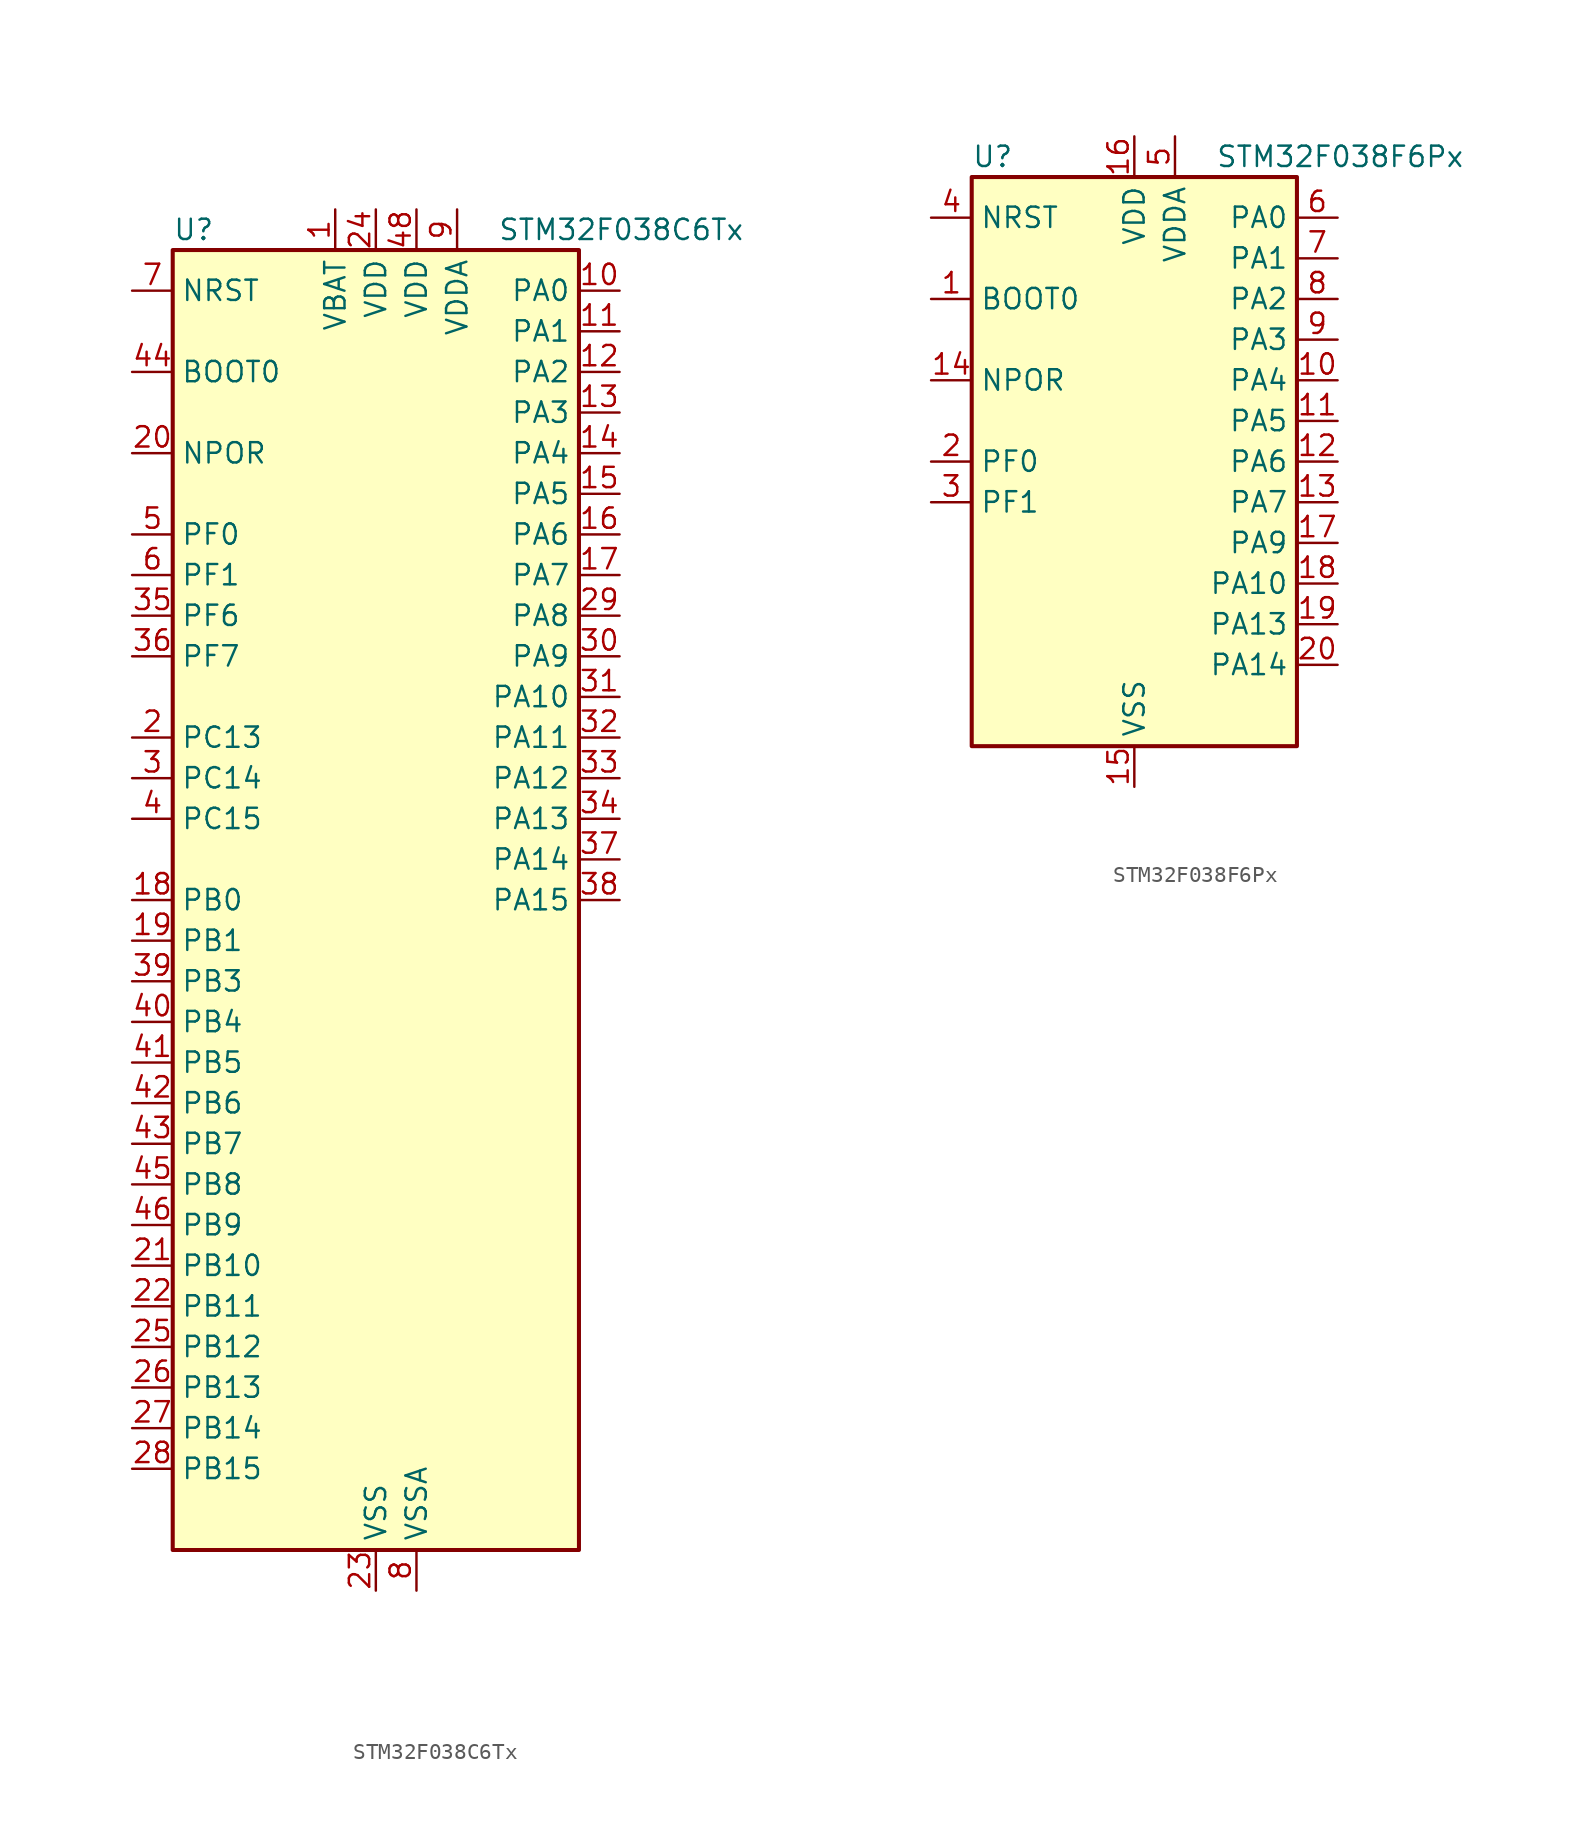
<source format=kicad_sym>
(kicad_symbol_lib
  (version 20220914)
  (generator kicad_symbol_editor)
  (symbol "STM32F038C6Tx"
    (property "Reference" "U"
      (at -12.7 41.91 0)
      (effects (font (size 1.27 1.27)) (justify left)))
    (property "Value" "STM32F038C6Tx"
      (at 7.62 41.91 0)
      (effects (font (size 1.27 1.27)) (justify left)))
    (property "ki_locked" ""
      (at 0 0 0)
      (effects (font (size 1.27 1.27))))
    (symbol "STM32F038C6Tx_0_1"
      (rectangle (start -12.7 -40.64) (end 12.7 40.64) (stroke (width 0.254) (type default)) (fill (type background))))
    (symbol "STM32F038C6Tx_1_1"
      (pin power_in line (at -2.54 43.18 270) (length 2.54) (name "VBAT" (effects (font (size 1.27 1.27)))) (number "1" (effects (font (size 1.27 1.27)))))
      (pin bidirectional line (at 15.24 38.1 180) (length 2.54) (name "PA0" (effects (font (size 1.27 1.27)))) (number "10" (effects (font (size 1.27 1.27)))) (alternate "ADC_IN0" bidirectional line) (alternate "RTC_TAMP2" bidirectional line) (alternate "SYS_WKUP1" bidirectional line) (alternate "TIM2_CH1" bidirectional line) (alternate "TIM2_ETR" bidirectional line) (alternate "USART1_CTS" bidirectional line))
      (pin bidirectional line (at 15.24 35.56 180) (length 2.54) (name "PA1" (effects (font (size 1.27 1.27)))) (number "11" (effects (font (size 1.27 1.27)))) (alternate "ADC_IN1" bidirectional line) (alternate "TIM2_CH2" bidirectional line) (alternate "USART1_DE" bidirectional line) (alternate "USART1_RTS" bidirectional line))
      (pin bidirectional line (at 15.24 33.02 180) (length 2.54) (name "PA2" (effects (font (size 1.27 1.27)))) (number "12" (effects (font (size 1.27 1.27)))) (alternate "ADC_IN2" bidirectional line) (alternate "TIM2_CH3" bidirectional line) (alternate "USART1_TX" bidirectional line))
      (pin bidirectional line (at 15.24 30.48 180) (length 2.54) (name "PA3" (effects (font (size 1.27 1.27)))) (number "13" (effects (font (size 1.27 1.27)))) (alternate "ADC_IN3" bidirectional line) (alternate "TIM2_CH4" bidirectional line) (alternate "USART1_RX" bidirectional line))
      (pin bidirectional line (at 15.24 27.94 180) (length 2.54) (name "PA4" (effects (font (size 1.27 1.27)))) (number "14" (effects (font (size 1.27 1.27)))) (alternate "ADC_IN4" bidirectional line) (alternate "I2S1_WS" bidirectional line) (alternate "SPI1_NSS" bidirectional line) (alternate "TIM14_CH1" bidirectional line) (alternate "USART1_CK" bidirectional line))
      (pin bidirectional line (at 15.24 25.4 180) (length 2.54) (name "PA5" (effects (font (size 1.27 1.27)))) (number "15" (effects (font (size 1.27 1.27)))) (alternate "ADC_IN5" bidirectional line) (alternate "I2S1_CK" bidirectional line) (alternate "SPI1_SCK" bidirectional line) (alternate "TIM2_CH1" bidirectional line) (alternate "TIM2_ETR" bidirectional line))
      (pin bidirectional line (at 15.24 22.86 180) (length 2.54) (name "PA6" (effects (font (size 1.27 1.27)))) (number "16" (effects (font (size 1.27 1.27)))) (alternate "ADC_IN6" bidirectional line) (alternate "I2S1_MCK" bidirectional line) (alternate "SPI1_MISO" bidirectional line) (alternate "TIM16_CH1" bidirectional line) (alternate "TIM1_BKIN" bidirectional line) (alternate "TIM3_CH1" bidirectional line))
      (pin bidirectional line (at 15.24 20.32 180) (length 2.54) (name "PA7" (effects (font (size 1.27 1.27)))) (number "17" (effects (font (size 1.27 1.27)))) (alternate "ADC_IN7" bidirectional line) (alternate "I2S1_SD" bidirectional line) (alternate "SPI1_MOSI" bidirectional line) (alternate "TIM14_CH1" bidirectional line) (alternate "TIM17_CH1" bidirectional line) (alternate "TIM1_CH1N" bidirectional line) (alternate "TIM3_CH2" bidirectional line))
      (pin bidirectional line (at -15.24 0 0) (length 2.54) (name "PB0" (effects (font (size 1.27 1.27)))) (number "18" (effects (font (size 1.27 1.27)))) (alternate "ADC_IN8" bidirectional line) (alternate "TIM1_CH2N" bidirectional line) (alternate "TIM3_CH3" bidirectional line))
      (pin bidirectional line (at -15.24 -2.54 0) (length 2.54) (name "PB1" (effects (font (size 1.27 1.27)))) (number "19" (effects (font (size 1.27 1.27)))) (alternate "ADC_IN9" bidirectional line) (alternate "TIM14_CH1" bidirectional line) (alternate "TIM1_CH3N" bidirectional line) (alternate "TIM3_CH4" bidirectional line))
      (pin bidirectional line (at -15.24 10.16 0) (length 2.54) (name "PC13" (effects (font (size 1.27 1.27)))) (number "2" (effects (font (size 1.27 1.27)))) (alternate "RTC_OUT_ALARM" bidirectional line) (alternate "RTC_OUT_CALIB" bidirectional line) (alternate "RTC_TAMP1" bidirectional line) (alternate "RTC_TS" bidirectional line) (alternate "SYS_WKUP2" bidirectional line))
      (pin input line (at -15.24 27.94 0) (length 2.54) (name "NPOR" (effects (font (size 1.27 1.27)))) (number "20" (effects (font (size 1.27 1.27)))))
      (pin bidirectional line (at -15.24 -22.86 0) (length 2.54) (name "PB10" (effects (font (size 1.27 1.27)))) (number "21" (effects (font (size 1.27 1.27)))) (alternate "I2C1_SCL" bidirectional line) (alternate "TIM2_CH3" bidirectional line))
      (pin bidirectional line (at -15.24 -25.4 0) (length 2.54) (name "PB11" (effects (font (size 1.27 1.27)))) (number "22" (effects (font (size 1.27 1.27)))) (alternate "I2C1_SDA" bidirectional line) (alternate "TIM2_CH4" bidirectional line))
      (pin power_in line (at 0 -43.18 90) (length 2.54) (name "VSS" (effects (font (size 1.27 1.27)))) (number "23" (effects (font (size 1.27 1.27)))))
      (pin power_in line (at 0 43.18 270) (length 2.54) (name "VDD" (effects (font (size 1.27 1.27)))) (number "24" (effects (font (size 1.27 1.27)))))
      (pin bidirectional line (at -15.24 -27.94 0) (length 2.54) (name "PB12" (effects (font (size 1.27 1.27)))) (number "25" (effects (font (size 1.27 1.27)))) (alternate "SPI1_NSS" bidirectional line) (alternate "TIM1_BKIN" bidirectional line))
      (pin bidirectional line (at -15.24 -30.48 0) (length 2.54) (name "PB13" (effects (font (size 1.27 1.27)))) (number "26" (effects (font (size 1.27 1.27)))) (alternate "SPI1_SCK" bidirectional line) (alternate "TIM1_CH1N" bidirectional line))
      (pin bidirectional line (at -15.24 -33.02 0) (length 2.54) (name "PB14" (effects (font (size 1.27 1.27)))) (number "27" (effects (font (size 1.27 1.27)))) (alternate "SPI1_MISO" bidirectional line) (alternate "TIM1_CH2N" bidirectional line))
      (pin bidirectional line (at -15.24 -35.56 0) (length 2.54) (name "PB15" (effects (font (size 1.27 1.27)))) (number "28" (effects (font (size 1.27 1.27)))) (alternate "RTC_REFIN" bidirectional line) (alternate "SPI1_MOSI" bidirectional line) (alternate "TIM1_CH3N" bidirectional line))
      (pin bidirectional line (at 15.24 17.78 180) (length 2.54) (name "PA8" (effects (font (size 1.27 1.27)))) (number "29" (effects (font (size 1.27 1.27)))) (alternate "RCC_MCO" bidirectional line) (alternate "TIM1_CH1" bidirectional line) (alternate "USART1_CK" bidirectional line))
      (pin bidirectional line (at -15.24 7.62 0) (length 2.54) (name "PC14" (effects (font (size 1.27 1.27)))) (number "3" (effects (font (size 1.27 1.27)))) (alternate "RCC_OSC32_IN" bidirectional line))
      (pin bidirectional line (at 15.24 15.24 180) (length 2.54) (name "PA9" (effects (font (size 1.27 1.27)))) (number "30" (effects (font (size 1.27 1.27)))) (alternate "I2C1_SCL" bidirectional line) (alternate "TIM1_CH2" bidirectional line) (alternate "USART1_TX" bidirectional line))
      (pin bidirectional line (at 15.24 12.7 180) (length 2.54) (name "PA10" (effects (font (size 1.27 1.27)))) (number "31" (effects (font (size 1.27 1.27)))) (alternate "I2C1_SDA" bidirectional line) (alternate "TIM17_BKIN" bidirectional line) (alternate "TIM1_CH3" bidirectional line) (alternate "USART1_RX" bidirectional line))
      (pin bidirectional line (at 15.24 10.16 180) (length 2.54) (name "PA11" (effects (font (size 1.27 1.27)))) (number "32" (effects (font (size 1.27 1.27)))) (alternate "TIM1_CH4" bidirectional line) (alternate "USART1_CTS" bidirectional line))
      (pin bidirectional line (at 15.24 7.62 180) (length 2.54) (name "PA12" (effects (font (size 1.27 1.27)))) (number "33" (effects (font (size 1.27 1.27)))) (alternate "TIM1_ETR" bidirectional line) (alternate "USART1_DE" bidirectional line) (alternate "USART1_RTS" bidirectional line))
      (pin bidirectional line (at 15.24 5.08 180) (length 2.54) (name "PA13" (effects (font (size 1.27 1.27)))) (number "34" (effects (font (size 1.27 1.27)))) (alternate "IR_OUT" bidirectional line) (alternate "SYS_SWDIO" bidirectional line))
      (pin bidirectional line (at -15.24 17.78 0) (length 2.54) (name "PF6" (effects (font (size 1.27 1.27)))) (number "35" (effects (font (size 1.27 1.27)))) (alternate "I2C1_SCL" bidirectional line))
      (pin bidirectional line (at -15.24 15.24 0) (length 2.54) (name "PF7" (effects (font (size 1.27 1.27)))) (number "36" (effects (font (size 1.27 1.27)))) (alternate "I2C1_SDA" bidirectional line))
      (pin bidirectional line (at 15.24 2.54 180) (length 2.54) (name "PA14" (effects (font (size 1.27 1.27)))) (number "37" (effects (font (size 1.27 1.27)))) (alternate "SYS_SWCLK" bidirectional line) (alternate "USART1_TX" bidirectional line))
      (pin bidirectional line (at 15.24 0 180) (length 2.54) (name "PA15" (effects (font (size 1.27 1.27)))) (number "38" (effects (font (size 1.27 1.27)))) (alternate "I2S1_WS" bidirectional line) (alternate "SPI1_NSS" bidirectional line) (alternate "TIM2_CH1" bidirectional line) (alternate "TIM2_ETR" bidirectional line) (alternate "USART1_RX" bidirectional line))
      (pin bidirectional line (at -15.24 -5.08 0) (length 2.54) (name "PB3" (effects (font (size 1.27 1.27)))) (number "39" (effects (font (size 1.27 1.27)))) (alternate "I2S1_CK" bidirectional line) (alternate "SPI1_SCK" bidirectional line) (alternate "TIM2_CH2" bidirectional line))
      (pin bidirectional line (at -15.24 5.08 0) (length 2.54) (name "PC15" (effects (font (size 1.27 1.27)))) (number "4" (effects (font (size 1.27 1.27)))) (alternate "RCC_OSC32_OUT" bidirectional line))
      (pin bidirectional line (at -15.24 -7.62 0) (length 2.54) (name "PB4" (effects (font (size 1.27 1.27)))) (number "40" (effects (font (size 1.27 1.27)))) (alternate "I2S1_MCK" bidirectional line) (alternate "SPI1_MISO" bidirectional line) (alternate "TIM3_CH1" bidirectional line))
      (pin bidirectional line (at -15.24 -10.16 0) (length 2.54) (name "PB5" (effects (font (size 1.27 1.27)))) (number "41" (effects (font (size 1.27 1.27)))) (alternate "I2C1_SMBA" bidirectional line) (alternate "I2S1_SD" bidirectional line) (alternate "SPI1_MOSI" bidirectional line) (alternate "TIM16_BKIN" bidirectional line) (alternate "TIM3_CH2" bidirectional line))
      (pin bidirectional line (at -15.24 -12.7 0) (length 2.54) (name "PB6" (effects (font (size 1.27 1.27)))) (number "42" (effects (font (size 1.27 1.27)))) (alternate "I2C1_SCL" bidirectional line) (alternate "TIM16_CH1N" bidirectional line) (alternate "USART1_TX" bidirectional line))
      (pin bidirectional line (at -15.24 -15.24 0) (length 2.54) (name "PB7" (effects (font (size 1.27 1.27)))) (number "43" (effects (font (size 1.27 1.27)))) (alternate "I2C1_SDA" bidirectional line) (alternate "TIM17_CH1N" bidirectional line) (alternate "USART1_RX" bidirectional line))
      (pin input line (at -15.24 33.02 0) (length 2.54) (name "BOOT0" (effects (font (size 1.27 1.27)))) (number "44" (effects (font (size 1.27 1.27)))))
      (pin bidirectional line (at -15.24 -17.78 0) (length 2.54) (name "PB8" (effects (font (size 1.27 1.27)))) (number "45" (effects (font (size 1.27 1.27)))) (alternate "I2C1_SCL" bidirectional line) (alternate "TIM16_CH1" bidirectional line))
      (pin bidirectional line (at -15.24 -20.32 0) (length 2.54) (name "PB9" (effects (font (size 1.27 1.27)))) (number "46" (effects (font (size 1.27 1.27)))) (alternate "I2C1_SDA" bidirectional line) (alternate "IR_OUT" bidirectional line) (alternate "TIM17_CH1" bidirectional line))
      (pin passive line (at 0 -43.18 90) (length 2.54) hide (name "VSS" (effects (font (size 1.27 1.27)))) (number "47" (effects (font (size 1.27 1.27)))))
      (pin power_in line (at 2.54 43.18 270) (length 2.54) (name "VDD" (effects (font (size 1.27 1.27)))) (number "48" (effects (font (size 1.27 1.27)))))
      (pin bidirectional line (at -15.24 22.86 0) (length 2.54) (name "PF0" (effects (font (size 1.27 1.27)))) (number "5" (effects (font (size 1.27 1.27)))) (alternate "RCC_OSC_IN" bidirectional line))
      (pin bidirectional line (at -15.24 20.32 0) (length 2.54) (name "PF1" (effects (font (size 1.27 1.27)))) (number "6" (effects (font (size 1.27 1.27)))) (alternate "RCC_OSC_OUT" bidirectional line))
      (pin input line (at -15.24 38.1 0) (length 2.54) (name "NRST" (effects (font (size 1.27 1.27)))) (number "7" (effects (font (size 1.27 1.27)))))
      (pin power_in line (at 2.54 -43.18 90) (length 2.54) (name "VSSA" (effects (font (size 1.27 1.27)))) (number "8" (effects (font (size 1.27 1.27)))))
      (pin power_in line (at 5.08 43.18 270) (length 2.54) (name "VDDA" (effects (font (size 1.27 1.27)))) (number "9" (effects (font (size 1.27 1.27)))))))
  (symbol "STM32F038F6Px"
    (property "Reference" "U"
      (at -10.16 19.05 0)
      (effects (font (size 1.27 1.27)) (justify left)))
    (property "Value" "STM32F038F6Px"
      (at 5.08 19.05 0)
      (effects (font (size 1.27 1.27)) (justify left)))
    (property "ki_locked" ""
      (at 0 0 0)
      (effects (font (size 1.27 1.27))))
    (symbol "STM32F038F6Px_0_1"
      (rectangle (start -10.16 -17.78) (end 10.16 17.78) (stroke (width 0.254) (type default)) (fill (type background))))
    (symbol "STM32F038F6Px_1_1"
      (pin input line (at -12.7 10.16 0) (length 2.54) (name "BOOT0" (effects (font (size 1.27 1.27)))) (number "1" (effects (font (size 1.27 1.27)))))
      (pin bidirectional line (at 12.7 5.08 180) (length 2.54) (name "PA4" (effects (font (size 1.27 1.27)))) (number "10" (effects (font (size 1.27 1.27)))) (alternate "ADC_IN4" bidirectional line) (alternate "I2S1_WS" bidirectional line) (alternate "SPI1_NSS" bidirectional line) (alternate "TIM14_CH1" bidirectional line) (alternate "USART1_CK" bidirectional line))
      (pin bidirectional line (at 12.7 2.54 180) (length 2.54) (name "PA5" (effects (font (size 1.27 1.27)))) (number "11" (effects (font (size 1.27 1.27)))) (alternate "ADC_IN5" bidirectional line) (alternate "I2S1_CK" bidirectional line) (alternate "SPI1_SCK" bidirectional line) (alternate "TIM2_CH1" bidirectional line) (alternate "TIM2_ETR" bidirectional line))
      (pin bidirectional line (at 12.7 0 180) (length 2.54) (name "PA6" (effects (font (size 1.27 1.27)))) (number "12" (effects (font (size 1.27 1.27)))) (alternate "ADC_IN6" bidirectional line) (alternate "I2S1_MCK" bidirectional line) (alternate "SPI1_MISO" bidirectional line) (alternate "TIM16_CH1" bidirectional line) (alternate "TIM1_BKIN" bidirectional line) (alternate "TIM3_CH1" bidirectional line))
      (pin bidirectional line (at 12.7 -2.54 180) (length 2.54) (name "PA7" (effects (font (size 1.27 1.27)))) (number "13" (effects (font (size 1.27 1.27)))) (alternate "ADC_IN7" bidirectional line) (alternate "I2S1_SD" bidirectional line) (alternate "SPI1_MOSI" bidirectional line) (alternate "TIM14_CH1" bidirectional line) (alternate "TIM17_CH1" bidirectional line) (alternate "TIM1_CH1N" bidirectional line) (alternate "TIM3_CH2" bidirectional line))
      (pin input line (at -12.7 5.08 0) (length 2.54) (name "NPOR" (effects (font (size 1.27 1.27)))) (number "14" (effects (font (size 1.27 1.27)))))
      (pin power_in line (at 0 -20.32 90) (length 2.54) (name "VSS" (effects (font (size 1.27 1.27)))) (number "15" (effects (font (size 1.27 1.27)))))
      (pin power_in line (at 0 20.32 270) (length 2.54) (name "VDD" (effects (font (size 1.27 1.27)))) (number "16" (effects (font (size 1.27 1.27)))))
      (pin bidirectional line (at 12.7 -5.08 180) (length 2.54) (name "PA9" (effects (font (size 1.27 1.27)))) (number "17" (effects (font (size 1.27 1.27)))) (alternate "I2C1_SCL" bidirectional line) (alternate "TIM1_CH2" bidirectional line) (alternate "USART1_TX" bidirectional line))
      (pin bidirectional line (at 12.7 -7.62 180) (length 2.54) (name "PA10" (effects (font (size 1.27 1.27)))) (number "18" (effects (font (size 1.27 1.27)))) (alternate "I2C1_SDA" bidirectional line) (alternate "TIM17_BKIN" bidirectional line) (alternate "TIM1_CH3" bidirectional line) (alternate "USART1_RX" bidirectional line))
      (pin bidirectional line (at 12.7 -10.16 180) (length 2.54) (name "PA13" (effects (font (size 1.27 1.27)))) (number "19" (effects (font (size 1.27 1.27)))) (alternate "IR_OUT" bidirectional line) (alternate "SYS_SWDIO" bidirectional line))
      (pin bidirectional line (at -12.7 0 0) (length 2.54) (name "PF0" (effects (font (size 1.27 1.27)))) (number "2" (effects (font (size 1.27 1.27)))) (alternate "RCC_OSC_IN" bidirectional line))
      (pin bidirectional line (at 12.7 -12.7 180) (length 2.54) (name "PA14" (effects (font (size 1.27 1.27)))) (number "20" (effects (font (size 1.27 1.27)))) (alternate "SYS_SWCLK" bidirectional line) (alternate "USART1_TX" bidirectional line))
      (pin bidirectional line (at -12.7 -2.54 0) (length 2.54) (name "PF1" (effects (font (size 1.27 1.27)))) (number "3" (effects (font (size 1.27 1.27)))) (alternate "RCC_OSC_OUT" bidirectional line))
      (pin input line (at -12.7 15.24 0) (length 2.54) (name "NRST" (effects (font (size 1.27 1.27)))) (number "4" (effects (font (size 1.27 1.27)))))
      (pin power_in line (at 2.54 20.32 270) (length 2.54) (name "VDDA" (effects (font (size 1.27 1.27)))) (number "5" (effects (font (size 1.27 1.27)))))
      (pin bidirectional line (at 12.7 15.24 180) (length 2.54) (name "PA0" (effects (font (size 1.27 1.27)))) (number "6" (effects (font (size 1.27 1.27)))) (alternate "ADC_IN0" bidirectional line) (alternate "RTC_TAMP2" bidirectional line) (alternate "SYS_WKUP1" bidirectional line) (alternate "TIM2_CH1" bidirectional line) (alternate "TIM2_ETR" bidirectional line) (alternate "USART1_CTS" bidirectional line))
      (pin bidirectional line (at 12.7 12.7 180) (length 2.54) (name "PA1" (effects (font (size 1.27 1.27)))) (number "7" (effects (font (size 1.27 1.27)))) (alternate "ADC_IN1" bidirectional line) (alternate "TIM2_CH2" bidirectional line) (alternate "USART1_DE" bidirectional line) (alternate "USART1_RTS" bidirectional line))
      (pin bidirectional line (at 12.7 10.16 180) (length 2.54) (name "PA2" (effects (font (size 1.27 1.27)))) (number "8" (effects (font (size 1.27 1.27)))) (alternate "ADC_IN2" bidirectional line) (alternate "TIM2_CH3" bidirectional line) (alternate "USART1_TX" bidirectional line))
      (pin bidirectional line (at 12.7 7.62 180) (length 2.54) (name "PA3" (effects (font (size 1.27 1.27)))) (number "9" (effects (font (size 1.27 1.27)))) (alternate "ADC_IN3" bidirectional line) (alternate "TIM2_CH4" bidirectional line) (alternate "USART1_RX" bidirectional line)))))
</source>
